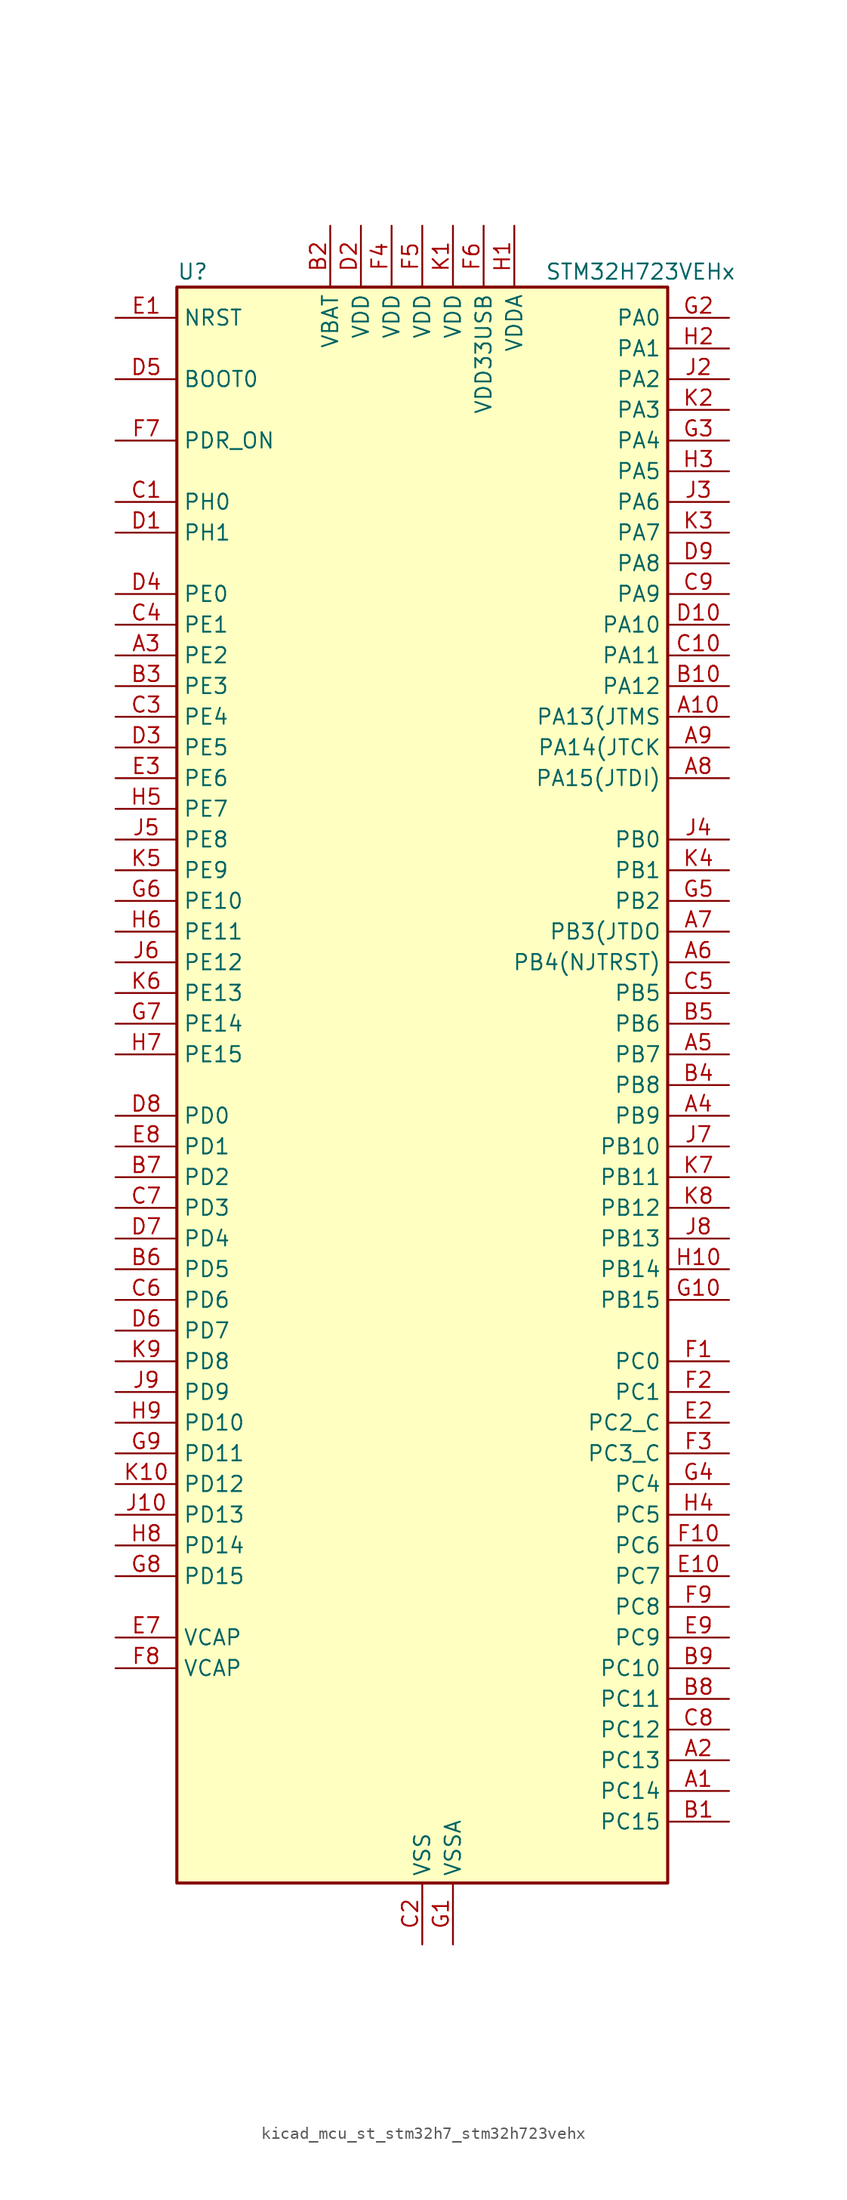
<source format=kicad_sym>
(kicad_symbol_lib
  (version 20220914)
  (generator kicad_symbol_editor)
  (symbol "kicad_mcu_st_stm32h7_stm32h723vehx"
    (property "Reference" "U"
      (at -20.32 67.31 0)
      (effects (font (size 1.27 1.27)) (justify left)))
    (property "Value" "STM32H723VEHx"
      (at 10.16 67.31 0)
      (effects (font (size 1.27 1.27)) (justify left)))
    (property "ki_locked" ""
      (at 0 0 0)
      (effects (font (size 1.27 1.27))))
    (symbol "kicad_mcu_st_stm32h7_stm32h723vehx_0_1"
      (rectangle (start -20.32 -66.04) (end 20.32 66.04) (stroke (width 0.254) (type default)) (fill (type background))))
    (symbol "kicad_mcu_st_stm32h7_stm32h723vehx_1_1"
      (pin bidirectional line (at 25.4 -58.42 180) (length 5.08) (name "PC14" (effects (font (size 1.27 1.27)))) (number "A1" (effects (font (size 1.27 1.27)))) (alternate "RCC_OSC32_IN" bidirectional line))
      (pin bidirectional line (at 25.4 30.48 180) (length 5.08) (name "PA13(JTMS" (effects (font (size 1.27 1.27)))) (number "A10" (effects (font (size 1.27 1.27)))) (alternate "DEBUG_JTMS-SWDIO" bidirectional line))
      (pin bidirectional line (at 25.4 -55.88 180) (length 5.08) (name "PC13" (effects (font (size 1.27 1.27)))) (number "A2" (effects (font (size 1.27 1.27)))) (alternate "PWR_WKUP4" bidirectional line) (alternate "RTC_OUT_ALARM" bidirectional line) (alternate "RTC_OUT_CALIB" bidirectional line) (alternate "RTC_TAMP1" bidirectional line) (alternate "RTC_TS" bidirectional line))
      (pin bidirectional line (at -25.4 35.56 0) (length 5.08) (name "PE2" (effects (font (size 1.27 1.27)))) (number "A3" (effects (font (size 1.27 1.27)))) (alternate "DEBUG_TRACECLK" bidirectional line) (alternate "ETH_TXD3" bidirectional line) (alternate "FMC_A23" bidirectional line) (alternate "OCTOSPIM_P1_IO2" bidirectional line) (alternate "SAI1_CK1" bidirectional line) (alternate "SAI1_MCLK_A" bidirectional line) (alternate "SAI4_CK1" bidirectional line) (alternate "SAI4_MCLK_A" bidirectional line) (alternate "SPI4_SCK" bidirectional line) (alternate "USART10_RX" bidirectional line))
      (pin bidirectional line (at 25.4 -2.54 180) (length 5.08) (name "PB9" (effects (font (size 1.27 1.27)))) (number "A4" (effects (font (size 1.27 1.27)))) (alternate "DAC1_EXTI9" bidirectional line) (alternate "DCMI_D7" bidirectional line) (alternate "DFSDM1_DATIN7" bidirectional line) (alternate "FDCAN1_TX" bidirectional line) (alternate "I2C1_SDA" bidirectional line) (alternate "I2C4_SDA" bidirectional line) (alternate "I2C4_SMBA" bidirectional line) (alternate "I2S2_WS" bidirectional line) (alternate "LTDC_B7" bidirectional line) (alternate "PSSI_D7" bidirectional line) (alternate "SDMMC1_CDIR" bidirectional line) (alternate "SDMMC1_D5" bidirectional line) (alternate "SDMMC2_D5" bidirectional line) (alternate "SPI2_NSS" bidirectional line) (alternate "TIM17_CH1" bidirectional line) (alternate "TIM4_CH4" bidirectional line) (alternate "UART4_TX" bidirectional line))
      (pin bidirectional line (at 25.4 2.54 180) (length 5.08) (name "PB7" (effects (font (size 1.27 1.27)))) (number "A5" (effects (font (size 1.27 1.27)))) (alternate "DCMI_VSYNC" bidirectional line) (alternate "DFSDM1_CKIN5" bidirectional line) (alternate "FMC_NL" bidirectional line) (alternate "I2C1_SDA" bidirectional line) (alternate "I2C4_SDA" bidirectional line) (alternate "LPUART1_RX" bidirectional line) (alternate "PSSI_RDY" bidirectional line) (alternate "PWR_PVD_IN" bidirectional line) (alternate "TIM17_CH1N" bidirectional line) (alternate "TIM4_CH2" bidirectional line) (alternate "USART1_RX" bidirectional line))
      (pin bidirectional line (at 25.4 10.16 180) (length 5.08) (name "PB4(NJTRST)" (effects (font (size 1.27 1.27)))) (number "A6" (effects (font (size 1.27 1.27)))) (alternate "DEBUG_JTRST" bidirectional line) (alternate "I2S1_SDI" bidirectional line) (alternate "I2S2_WS" bidirectional line) (alternate "I2S3_SDI" bidirectional line) (alternate "I2S6_SDI" bidirectional line) (alternate "SDMMC2_D3" bidirectional line) (alternate "SPI1_MISO" bidirectional line) (alternate "SPI2_NSS" bidirectional line) (alternate "SPI3_MISO" bidirectional line) (alternate "SPI6_MISO" bidirectional line) (alternate "TIM16_BKIN" bidirectional line) (alternate "TIM3_CH1" bidirectional line) (alternate "UART7_TX" bidirectional line))
      (pin bidirectional line (at 25.4 12.7 180) (length 5.08) (name "PB3(JTDO" (effects (font (size 1.27 1.27)))) (number "A7" (effects (font (size 1.27 1.27)))) (alternate "CRS_SYNC" bidirectional line) (alternate "DEBUG_JTDO-SWO" bidirectional line) (alternate "I2S1_CK" bidirectional line) (alternate "I2S3_CK" bidirectional line) (alternate "I2S6_CK" bidirectional line) (alternate "SDMMC2_D2" bidirectional line) (alternate "SPI1_SCK" bidirectional line) (alternate "SPI3_SCK" bidirectional line) (alternate "SPI6_SCK" bidirectional line) (alternate "TIM24_ETR" bidirectional line) (alternate "TIM2_CH2" bidirectional line) (alternate "UART7_RX" bidirectional line))
      (pin bidirectional line (at 25.4 25.4 180) (length 5.08) (name "PA15(JTDI)" (effects (font (size 1.27 1.27)))) (number "A8" (effects (font (size 1.27 1.27)))) (alternate "ADC1_EXTI15" bidirectional line) (alternate "ADC2_EXTI15" bidirectional line) (alternate "ADC3_EXTI15" bidirectional line) (alternate "CEC" bidirectional line) (alternate "DEBUG_JTDI" bidirectional line) (alternate "I2S1_WS" bidirectional line) (alternate "I2S3_WS" bidirectional line) (alternate "I2S6_WS" bidirectional line) (alternate "LTDC_B6" bidirectional line) (alternate "LTDC_R3" bidirectional line) (alternate "SPI1_NSS" bidirectional line) (alternate "SPI3_NSS" bidirectional line) (alternate "SPI6_NSS" bidirectional line) (alternate "TIM2_CH1" bidirectional line) (alternate "TIM2_ETR" bidirectional line) (alternate "UART4_DE" bidirectional line) (alternate "UART4_RTS" bidirectional line) (alternate "UART7_TX" bidirectional line))
      (pin bidirectional line (at 25.4 27.94 180) (length 5.08) (name "PA14(JTCK" (effects (font (size 1.27 1.27)))) (number "A9" (effects (font (size 1.27 1.27)))) (alternate "DEBUG_JTCK-SWCLK" bidirectional line))
      (pin bidirectional line (at 25.4 -60.96 180) (length 5.08) (name "PC15" (effects (font (size 1.27 1.27)))) (number "B1" (effects (font (size 1.27 1.27)))) (alternate "ADC1_EXTI15" bidirectional line) (alternate "ADC2_EXTI15" bidirectional line) (alternate "ADC3_EXTI15" bidirectional line) (alternate "RCC_OSC32_OUT" bidirectional line))
      (pin bidirectional line (at 25.4 33.02 180) (length 5.08) (name "PA12" (effects (font (size 1.27 1.27)))) (number "B10" (effects (font (size 1.27 1.27)))) (alternate "FDCAN1_TX" bidirectional line) (alternate "I2S2_CK" bidirectional line) (alternate "LPUART1_DE" bidirectional line) (alternate "LPUART1_RTS" bidirectional line) (alternate "LTDC_R5" bidirectional line) (alternate "SAI4_FS_B" bidirectional line) (alternate "SPI2_SCK" bidirectional line) (alternate "TIM1_BKIN2" bidirectional line) (alternate "TIM1_ETR" bidirectional line) (alternate "UART4_TX" bidirectional line) (alternate "USART1_DE" bidirectional line) (alternate "USART1_RTS" bidirectional line) (alternate "USB_OTG_HS_DP" bidirectional line))
      (pin power_in line (at -7.62 71.12 270) (length 5.08) (name "VBAT" (effects (font (size 1.27 1.27)))) (number "B2" (effects (font (size 1.27 1.27)))))
      (pin bidirectional line (at -25.4 33.02 0) (length 5.08) (name "PE3" (effects (font (size 1.27 1.27)))) (number "B3" (effects (font (size 1.27 1.27)))) (alternate "DEBUG_TRACED0" bidirectional line) (alternate "FMC_A19" bidirectional line) (alternate "SAI1_SD_B" bidirectional line) (alternate "SAI4_SD_B" bidirectional line) (alternate "TIM15_BKIN" bidirectional line) (alternate "USART10_TX" bidirectional line))
      (pin bidirectional line (at 25.4 0 180) (length 5.08) (name "PB8" (effects (font (size 1.27 1.27)))) (number "B4" (effects (font (size 1.27 1.27)))) (alternate "DCMI_D6" bidirectional line) (alternate "DFSDM1_CKIN7" bidirectional line) (alternate "ETH_TXD3" bidirectional line) (alternate "FDCAN1_RX" bidirectional line) (alternate "I2C1_SCL" bidirectional line) (alternate "I2C4_SCL" bidirectional line) (alternate "LTDC_B6" bidirectional line) (alternate "PSSI_D6" bidirectional line) (alternate "SDMMC1_CKIN" bidirectional line) (alternate "SDMMC1_D4" bidirectional line) (alternate "SDMMC2_D4" bidirectional line) (alternate "TIM16_CH1" bidirectional line) (alternate "TIM4_CH3" bidirectional line) (alternate "UART4_RX" bidirectional line))
      (pin bidirectional line (at 25.4 5.08 180) (length 5.08) (name "PB6" (effects (font (size 1.27 1.27)))) (number "B5" (effects (font (size 1.27 1.27)))) (alternate "CEC" bidirectional line) (alternate "DCMI_D5" bidirectional line) (alternate "DFSDM1_DATIN5" bidirectional line) (alternate "FDCAN2_TX" bidirectional line) (alternate "FMC_SDNE1" bidirectional line) (alternate "I2C1_SCL" bidirectional line) (alternate "I2C4_SCL" bidirectional line) (alternate "LPUART1_TX" bidirectional line) (alternate "OCTOSPIM_P1_NCS" bidirectional line) (alternate "PSSI_D5" bidirectional line) (alternate "TIM16_CH1N" bidirectional line) (alternate "TIM4_CH1" bidirectional line) (alternate "UART5_TX" bidirectional line) (alternate "USART1_TX" bidirectional line))
      (pin bidirectional line (at -25.4 -15.24 0) (length 5.08) (name "PD5" (effects (font (size 1.27 1.27)))) (number "B6" (effects (font (size 1.27 1.27)))) (alternate "FMC_NWE" bidirectional line) (alternate "OCTOSPIM_P1_IO5" bidirectional line) (alternate "USART2_TX" bidirectional line))
      (pin bidirectional line (at -25.4 -7.62 0) (length 5.08) (name "PD2" (effects (font (size 1.27 1.27)))) (number "B7" (effects (font (size 1.27 1.27)))) (alternate "DCMI_D11" bidirectional line) (alternate "DEBUG_TRACED2" bidirectional line) (alternate "FMC_D7" bidirectional line) (alternate "FMC_DA7" bidirectional line) (alternate "LTDC_B2" bidirectional line) (alternate "LTDC_B7" bidirectional line) (alternate "PSSI_D11" bidirectional line) (alternate "SDMMC1_CMD" bidirectional line) (alternate "TIM15_BKIN" bidirectional line) (alternate "TIM3_ETR" bidirectional line) (alternate "UART5_RX" bidirectional line))
      (pin bidirectional line (at 25.4 -50.8 180) (length 5.08) (name "PC11" (effects (font (size 1.27 1.27)))) (number "B8" (effects (font (size 1.27 1.27)))) (alternate "ADC1_EXTI11" bidirectional line) (alternate "ADC2_EXTI11" bidirectional line) (alternate "ADC3_EXTI11" bidirectional line) (alternate "DCMI_D4" bidirectional line) (alternate "DFSDM1_DATIN5" bidirectional line) (alternate "I2C5_SCL" bidirectional line) (alternate "I2S3_SDI" bidirectional line) (alternate "LTDC_B4" bidirectional line) (alternate "OCTOSPIM_P1_NCS" bidirectional line) (alternate "PSSI_D4" bidirectional line) (alternate "SDMMC1_D3" bidirectional line) (alternate "SPI3_MISO" bidirectional line) (alternate "UART4_RX" bidirectional line) (alternate "USART3_RX" bidirectional line))
      (pin bidirectional line (at 25.4 -48.26 180) (length 5.08) (name "PC10" (effects (font (size 1.27 1.27)))) (number "B9" (effects (font (size 1.27 1.27)))) (alternate "DCMI_D8" bidirectional line) (alternate "DFSDM1_CKIN5" bidirectional line) (alternate "I2C5_SDA" bidirectional line) (alternate "I2S3_CK" bidirectional line) (alternate "LTDC_B1" bidirectional line) (alternate "LTDC_R2" bidirectional line) (alternate "OCTOSPIM_P1_IO1" bidirectional line) (alternate "PSSI_D8" bidirectional line) (alternate "SDMMC1_D2" bidirectional line) (alternate "SPI3_SCK" bidirectional line) (alternate "SWPMI1_RX" bidirectional line) (alternate "UART4_TX" bidirectional line) (alternate "USART3_TX" bidirectional line))
      (pin bidirectional line (at -25.4 48.26 0) (length 5.08) (name "PH0" (effects (font (size 1.27 1.27)))) (number "C1" (effects (font (size 1.27 1.27)))) (alternate "RCC_OSC_IN" bidirectional line))
      (pin bidirectional line (at 25.4 35.56 180) (length 5.08) (name "PA11" (effects (font (size 1.27 1.27)))) (number "C10" (effects (font (size 1.27 1.27)))) (alternate "ADC1_EXTI11" bidirectional line) (alternate "ADC2_EXTI11" bidirectional line) (alternate "ADC3_EXTI11" bidirectional line) (alternate "FDCAN1_RX" bidirectional line) (alternate "I2S2_WS" bidirectional line) (alternate "LPUART1_CTS" bidirectional line) (alternate "LTDC_R4" bidirectional line) (alternate "SPI2_NSS" bidirectional line) (alternate "TIM1_CH4" bidirectional line) (alternate "UART4_RX" bidirectional line) (alternate "USART1_CTS" bidirectional line) (alternate "USART1_NSS" bidirectional line) (alternate "USB_OTG_HS_DM" bidirectional line))
      (pin power_in line (at 0 -71.12 90) (length 5.08) (name "VSS" (effects (font (size 1.27 1.27)))) (number "C2" (effects (font (size 1.27 1.27)))))
      (pin bidirectional line (at -25.4 30.48 0) (length 5.08) (name "PE4" (effects (font (size 1.27 1.27)))) (number "C3" (effects (font (size 1.27 1.27)))) (alternate "DCMI_D4" bidirectional line) (alternate "DEBUG_TRACED1" bidirectional line) (alternate "DFSDM1_DATIN3" bidirectional line) (alternate "FMC_A20" bidirectional line) (alternate "LTDC_B0" bidirectional line) (alternate "PSSI_D4" bidirectional line) (alternate "SAI1_D2" bidirectional line) (alternate "SAI1_FS_A" bidirectional line) (alternate "SAI4_D2" bidirectional line) (alternate "SAI4_FS_A" bidirectional line) (alternate "SPI4_NSS" bidirectional line) (alternate "TIM15_CH1N" bidirectional line))
      (pin bidirectional line (at -25.4 38.1 0) (length 5.08) (name "PE1" (effects (font (size 1.27 1.27)))) (number "C4" (effects (font (size 1.27 1.27)))) (alternate "DCMI_D3" bidirectional line) (alternate "FMC_NBL1" bidirectional line) (alternate "LPTIM1_IN2" bidirectional line) (alternate "LTDC_R6" bidirectional line) (alternate "PSSI_D3" bidirectional line) (alternate "UART8_TX" bidirectional line))
      (pin bidirectional line (at 25.4 7.62 180) (length 5.08) (name "PB5" (effects (font (size 1.27 1.27)))) (number "C5" (effects (font (size 1.27 1.27)))) (alternate "DCMI_D10" bidirectional line) (alternate "ETH_PPS_OUT" bidirectional line) (alternate "FDCAN2_RX" bidirectional line) (alternate "FMC_SDCKE1" bidirectional line) (alternate "I2C1_SMBA" bidirectional line) (alternate "I2C4_SMBA" bidirectional line) (alternate "I2S1_SDO" bidirectional line) (alternate "I2S3_SDO" bidirectional line) (alternate "I2S6_SDO" bidirectional line) (alternate "LTDC_B5" bidirectional line) (alternate "PSSI_D10" bidirectional line) (alternate "SPI1_MOSI" bidirectional line) (alternate "SPI3_MOSI" bidirectional line) (alternate "SPI6_MOSI" bidirectional line) (alternate "TIM17_BKIN" bidirectional line) (alternate "TIM3_CH2" bidirectional line) (alternate "UART5_RX" bidirectional line) (alternate "USB_OTG_HS_ULPI_D7" bidirectional line))
      (pin bidirectional line (at -25.4 -17.78 0) (length 5.08) (name "PD6" (effects (font (size 1.27 1.27)))) (number "C6" (effects (font (size 1.27 1.27)))) (alternate "DCMI_D10" bidirectional line) (alternate "DFSDM1_CKIN4" bidirectional line) (alternate "DFSDM1_DATIN1" bidirectional line) (alternate "FMC_NWAIT" bidirectional line) (alternate "I2S3_SDO" bidirectional line) (alternate "LTDC_B2" bidirectional line) (alternate "OCTOSPIM_P1_IO6" bidirectional line) (alternate "PSSI_D10" bidirectional line) (alternate "SAI1_D1" bidirectional line) (alternate "SAI1_SD_A" bidirectional line) (alternate "SAI4_D1" bidirectional line) (alternate "SAI4_SD_A" bidirectional line) (alternate "SDMMC2_CK" bidirectional line) (alternate "SPI3_MOSI" bidirectional line) (alternate "USART2_RX" bidirectional line))
      (pin bidirectional line (at -25.4 -10.16 0) (length 5.08) (name "PD3" (effects (font (size 1.27 1.27)))) (number "C7" (effects (font (size 1.27 1.27)))) (alternate "DCMI_D5" bidirectional line) (alternate "DFSDM1_CKOUT" bidirectional line) (alternate "FMC_CLK" bidirectional line) (alternate "I2S2_CK" bidirectional line) (alternate "LTDC_G7" bidirectional line) (alternate "PSSI_D5" bidirectional line) (alternate "SPI2_SCK" bidirectional line) (alternate "USART2_CTS" bidirectional line) (alternate "USART2_NSS" bidirectional line))
      (pin bidirectional line (at 25.4 -53.34 180) (length 5.08) (name "PC12" (effects (font (size 1.27 1.27)))) (number "C8" (effects (font (size 1.27 1.27)))) (alternate "DCMI_D9" bidirectional line) (alternate "DEBUG_TRACED3" bidirectional line) (alternate "FMC_D6" bidirectional line) (alternate "FMC_DA6" bidirectional line) (alternate "I2C5_SMBA" bidirectional line) (alternate "I2S3_SDO" bidirectional line) (alternate "I2S6_CK" bidirectional line) (alternate "LTDC_R6" bidirectional line) (alternate "PSSI_D9" bidirectional line) (alternate "SDMMC1_CK" bidirectional line) (alternate "SPI3_MOSI" bidirectional line) (alternate "SPI6_SCK" bidirectional line) (alternate "TIM15_CH1" bidirectional line) (alternate "UART5_TX" bidirectional line) (alternate "USART3_CK" bidirectional line))
      (pin bidirectional line (at 25.4 40.64 180) (length 5.08) (name "PA9" (effects (font (size 1.27 1.27)))) (number "C9" (effects (font (size 1.27 1.27)))) (alternate "DAC1_EXTI9" bidirectional line) (alternate "DCMI_D0" bidirectional line) (alternate "ETH_TX_ER" bidirectional line) (alternate "I2C3_SMBA" bidirectional line) (alternate "I2C5_SMBA" bidirectional line) (alternate "I2S2_CK" bidirectional line) (alternate "LPUART1_TX" bidirectional line) (alternate "LTDC_R5" bidirectional line) (alternate "PSSI_D0" bidirectional line) (alternate "SPI2_SCK" bidirectional line) (alternate "TIM1_CH2" bidirectional line) (alternate "USART1_TX" bidirectional line) (alternate "USB_OTG_HS_VBUS" bidirectional line))
      (pin bidirectional line (at -25.4 45.72 0) (length 5.08) (name "PH1" (effects (font (size 1.27 1.27)))) (number "D1" (effects (font (size 1.27 1.27)))) (alternate "RCC_OSC_OUT" bidirectional line))
      (pin bidirectional line (at 25.4 38.1 180) (length 5.08) (name "PA10" (effects (font (size 1.27 1.27)))) (number "D10" (effects (font (size 1.27 1.27)))) (alternate "DCMI_D1" bidirectional line) (alternate "LPUART1_RX" bidirectional line) (alternate "LTDC_B1" bidirectional line) (alternate "LTDC_B4" bidirectional line) (alternate "MDIOS_MDIO" bidirectional line) (alternate "PSSI_D1" bidirectional line) (alternate "TIM1_CH3" bidirectional line) (alternate "USART1_RX" bidirectional line) (alternate "USB_OTG_HS_ID" bidirectional line))
      (pin power_in line (at -5.08 71.12 270) (length 5.08) (name "VDD" (effects (font (size 1.27 1.27)))) (number "D2" (effects (font (size 1.27 1.27)))))
      (pin bidirectional line (at -25.4 27.94 0) (length 5.08) (name "PE5" (effects (font (size 1.27 1.27)))) (number "D3" (effects (font (size 1.27 1.27)))) (alternate "DCMI_D6" bidirectional line) (alternate "DEBUG_TRACED2" bidirectional line) (alternate "DFSDM1_CKIN3" bidirectional line) (alternate "FMC_A21" bidirectional line) (alternate "LTDC_G0" bidirectional line) (alternate "PSSI_D6" bidirectional line) (alternate "SAI1_CK2" bidirectional line) (alternate "SAI1_SCK_A" bidirectional line) (alternate "SAI4_CK2" bidirectional line) (alternate "SAI4_SCK_A" bidirectional line) (alternate "SPI4_MISO" bidirectional line) (alternate "TIM15_CH1" bidirectional line))
      (pin bidirectional line (at -25.4 40.64 0) (length 5.08) (name "PE0" (effects (font (size 1.27 1.27)))) (number "D4" (effects (font (size 1.27 1.27)))) (alternate "DCMI_D2" bidirectional line) (alternate "FMC_NBL0" bidirectional line) (alternate "LPTIM1_ETR" bidirectional line) (alternate "LPTIM2_ETR" bidirectional line) (alternate "LTDC_R0" bidirectional line) (alternate "PSSI_D2" bidirectional line) (alternate "SAI4_MCLK_A" bidirectional line) (alternate "TIM4_ETR" bidirectional line) (alternate "UART8_RX" bidirectional line))
      (pin input line (at -25.4 58.42 0) (length 5.08) (name "BOOT0" (effects (font (size 1.27 1.27)))) (number "D5" (effects (font (size 1.27 1.27)))))
      (pin bidirectional line (at -25.4 -20.32 0) (length 5.08) (name "PD7" (effects (font (size 1.27 1.27)))) (number "D6" (effects (font (size 1.27 1.27)))) (alternate "DFSDM1_CKIN1" bidirectional line) (alternate "DFSDM1_DATIN4" bidirectional line) (alternate "FMC_NE1" bidirectional line) (alternate "I2S1_SDO" bidirectional line) (alternate "OCTOSPIM_P1_IO7" bidirectional line) (alternate "SDMMC2_CMD" bidirectional line) (alternate "SPDIFRX1_IN0" bidirectional line) (alternate "SPI1_MOSI" bidirectional line) (alternate "USART2_CK" bidirectional line))
      (pin bidirectional line (at -25.4 -12.7 0) (length 5.08) (name "PD4" (effects (font (size 1.27 1.27)))) (number "D7" (effects (font (size 1.27 1.27)))) (alternate "FMC_NOE" bidirectional line) (alternate "OCTOSPIM_P1_IO4" bidirectional line) (alternate "USART2_DE" bidirectional line) (alternate "USART2_RTS" bidirectional line))
      (pin bidirectional line (at -25.4 -2.54 0) (length 5.08) (name "PD0" (effects (font (size 1.27 1.27)))) (number "D8" (effects (font (size 1.27 1.27)))) (alternate "DFSDM1_CKIN6" bidirectional line) (alternate "FDCAN1_RX" bidirectional line) (alternate "FMC_D2" bidirectional line) (alternate "FMC_DA2" bidirectional line) (alternate "LTDC_B1" bidirectional line) (alternate "UART4_RX" bidirectional line) (alternate "UART9_CTS" bidirectional line))
      (pin bidirectional line (at 25.4 43.18 180) (length 5.08) (name "PA8" (effects (font (size 1.27 1.27)))) (number "D9" (effects (font (size 1.27 1.27)))) (alternate "I2C3_SCL" bidirectional line) (alternate "I2C5_SCL" bidirectional line) (alternate "LTDC_B3" bidirectional line) (alternate "LTDC_R6" bidirectional line) (alternate "RCC_MCO_1" bidirectional line) (alternate "TIM1_CH1" bidirectional line) (alternate "TIM8_BKIN2" bidirectional line) (alternate "TIM8_BKIN2_COMP1" bidirectional line) (alternate "TIM8_BKIN2_COMP2" bidirectional line) (alternate "UART7_RX" bidirectional line) (alternate "USART1_CK" bidirectional line) (alternate "USB_OTG_HS_SOF" bidirectional line))
      (pin input line (at -25.4 63.5 0) (length 5.08) (name "NRST" (effects (font (size 1.27 1.27)))) (number "E1" (effects (font (size 1.27 1.27)))))
      (pin bidirectional line (at 25.4 -40.64 180) (length 5.08) (name "PC7" (effects (font (size 1.27 1.27)))) (number "E10" (effects (font (size 1.27 1.27)))) (alternate "DCMI_D1" bidirectional line) (alternate "DEBUG_TRGIO" bidirectional line) (alternate "DFSDM1_DATIN3" bidirectional line) (alternate "FMC_NE1" bidirectional line) (alternate "I2S3_MCK" bidirectional line) (alternate "LTDC_G6" bidirectional line) (alternate "PSSI_D1" bidirectional line) (alternate "SDMMC1_D123DIR" bidirectional line) (alternate "SDMMC1_D7" bidirectional line) (alternate "SDMMC2_D7" bidirectional line) (alternate "SWPMI1_TX" bidirectional line) (alternate "TIM3_CH2" bidirectional line) (alternate "TIM8_CH2" bidirectional line) (alternate "USART6_RX" bidirectional line))
      (pin bidirectional line (at 25.4 -27.94 180) (length 5.08) (name "PC2_C" (effects (font (size 1.27 1.27)))) (number "E2" (effects (font (size 1.27 1.27)))) (alternate "ADC3_INN1" bidirectional line) (alternate "ADC3_INP0" bidirectional line) (alternate "DFSDM1_CKIN1" bidirectional line) (alternate "DFSDM1_CKOUT" bidirectional line) (alternate "ETH_TXD2" bidirectional line) (alternate "FMC_SDNE0" bidirectional line) (alternate "I2S2_SDI" bidirectional line) (alternate "OCTOSPIM_P1_IO2" bidirectional line) (alternate "OCTOSPIM_P1_IO5" bidirectional line) (alternate "PWR_CSTOP" bidirectional line) (alternate "SPI2_MISO" bidirectional line) (alternate "USB_OTG_HS_ULPI_DIR" bidirectional line))
      (pin bidirectional line (at -25.4 25.4 0) (length 5.08) (name "PE6" (effects (font (size 1.27 1.27)))) (number "E3" (effects (font (size 1.27 1.27)))) (alternate "DCMI_D7" bidirectional line) (alternate "DEBUG_TRACED3" bidirectional line) (alternate "FMC_A22" bidirectional line) (alternate "LTDC_G1" bidirectional line) (alternate "PSSI_D7" bidirectional line) (alternate "SAI1_D1" bidirectional line) (alternate "SAI1_SD_A" bidirectional line) (alternate "SAI4_D1" bidirectional line) (alternate "SAI4_MCLK_B" bidirectional line) (alternate "SAI4_SD_A" bidirectional line) (alternate "SPI4_MOSI" bidirectional line) (alternate "TIM15_CH2" bidirectional line) (alternate "TIM1_BKIN2" bidirectional line) (alternate "TIM1_BKIN2_COMP1" bidirectional line) (alternate "TIM1_BKIN2_COMP2" bidirectional line))
      (pin passive line (at 0 -71.12 90) (length 5.08) hide (name "VSS" (effects (font (size 1.27 1.27)))) (number "E4" (effects (font (size 1.27 1.27)))))
      (pin passive line (at 0 -71.12 90) (length 5.08) hide (name "VSS" (effects (font (size 1.27 1.27)))) (number "E5" (effects (font (size 1.27 1.27)))))
      (pin passive line (at 0 -71.12 90) (length 5.08) hide (name "VSS" (effects (font (size 1.27 1.27)))) (number "E6" (effects (font (size 1.27 1.27)))))
      (pin power_out line (at -25.4 -45.72 0) (length 5.08) (name "VCAP" (effects (font (size 1.27 1.27)))) (number "E7" (effects (font (size 1.27 1.27)))))
      (pin bidirectional line (at -25.4 -5.08 0) (length 5.08) (name "PD1" (effects (font (size 1.27 1.27)))) (number "E8" (effects (font (size 1.27 1.27)))) (alternate "DFSDM1_DATIN6" bidirectional line) (alternate "FDCAN1_TX" bidirectional line) (alternate "FMC_D3" bidirectional line) (alternate "FMC_DA3" bidirectional line) (alternate "UART4_TX" bidirectional line))
      (pin bidirectional line (at 25.4 -45.72 180) (length 5.08) (name "PC9" (effects (font (size 1.27 1.27)))) (number "E9" (effects (font (size 1.27 1.27)))) (alternate "DAC1_EXTI9" bidirectional line) (alternate "DCMI_D3" bidirectional line) (alternate "I2C3_SDA" bidirectional line) (alternate "I2C5_SDA" bidirectional line) (alternate "I2S_CKIN" bidirectional line) (alternate "LTDC_B2" bidirectional line) (alternate "LTDC_G3" bidirectional line) (alternate "OCTOSPIM_P1_IO0" bidirectional line) (alternate "PSSI_D3" bidirectional line) (alternate "RCC_MCO_2" bidirectional line) (alternate "SDMMC1_D1" bidirectional line) (alternate "SWPMI1_SUSPEND" bidirectional line) (alternate "TIM3_CH4" bidirectional line) (alternate "TIM8_CH4" bidirectional line) (alternate "UART5_CTS" bidirectional line))
      (pin bidirectional line (at 25.4 -22.86 180) (length 5.08) (name "PC0" (effects (font (size 1.27 1.27)))) (number "F1" (effects (font (size 1.27 1.27)))) (alternate "ADC1_INP10" bidirectional line) (alternate "ADC2_INP10" bidirectional line) (alternate "ADC3_INP10" bidirectional line) (alternate "DFSDM1_CKIN0" bidirectional line) (alternate "DFSDM1_DATIN4" bidirectional line) (alternate "FMC_A25" bidirectional line) (alternate "FMC_D12" bidirectional line) (alternate "FMC_DA12" bidirectional line) (alternate "FMC_SDNWE" bidirectional line) (alternate "LTDC_G2" bidirectional line) (alternate "LTDC_R5" bidirectional line) (alternate "SAI4_FS_B" bidirectional line) (alternate "USB_OTG_HS_ULPI_STP" bidirectional line))
      (pin bidirectional line (at 25.4 -38.1 180) (length 5.08) (name "PC6" (effects (font (size 1.27 1.27)))) (number "F10" (effects (font (size 1.27 1.27)))) (alternate "DCMI_D0" bidirectional line) (alternate "DFSDM1_CKIN3" bidirectional line) (alternate "FMC_NWAIT" bidirectional line) (alternate "I2S2_MCK" bidirectional line) (alternate "LTDC_HSYNC" bidirectional line) (alternate "PSSI_D0" bidirectional line) (alternate "SDMMC1_D0DIR" bidirectional line) (alternate "SDMMC1_D6" bidirectional line) (alternate "SDMMC2_D6" bidirectional line) (alternate "SWPMI1_IO" bidirectional line) (alternate "TIM3_CH1" bidirectional line) (alternate "TIM8_CH1" bidirectional line) (alternate "USART6_TX" bidirectional line))
      (pin bidirectional line (at 25.4 -25.4 180) (length 5.08) (name "PC1" (effects (font (size 1.27 1.27)))) (number "F2" (effects (font (size 1.27 1.27)))) (alternate "ADC1_INN10" bidirectional line) (alternate "ADC1_INP11" bidirectional line) (alternate "ADC2_INN10" bidirectional line) (alternate "ADC2_INP11" bidirectional line) (alternate "ADC3_INN10" bidirectional line) (alternate "ADC3_INP11" bidirectional line) (alternate "DEBUG_TRACED0" bidirectional line) (alternate "DFSDM1_CKIN4" bidirectional line) (alternate "DFSDM1_DATIN0" bidirectional line) (alternate "ETH_MDC" bidirectional line) (alternate "I2S2_SDO" bidirectional line) (alternate "LTDC_G5" bidirectional line) (alternate "MDIOS_MDC" bidirectional line) (alternate "OCTOSPIM_P1_IO4" bidirectional line) (alternate "PWR_WKUP6" bidirectional line) (alternate "RTC_TAMP3" bidirectional line) (alternate "SAI1_D1" bidirectional line) (alternate "SAI1_SD_A" bidirectional line) (alternate "SAI4_D1" bidirectional line) (alternate "SAI4_SD_A" bidirectional line) (alternate "SDMMC2_CK" bidirectional line) (alternate "SPI2_MOSI" bidirectional line))
      (pin bidirectional line (at 25.4 -30.48 180) (length 5.08) (name "PC3_C" (effects (font (size 1.27 1.27)))) (number "F3" (effects (font (size 1.27 1.27)))) (alternate "ADC3_INP1" bidirectional line) (alternate "DFSDM1_DATIN1" bidirectional line) (alternate "ETH_TX_CLK" bidirectional line) (alternate "FMC_SDCKE0" bidirectional line) (alternate "I2S2_SDO" bidirectional line) (alternate "OCTOSPIM_P1_IO0" bidirectional line) (alternate "OCTOSPIM_P1_IO6" bidirectional line) (alternate "PWR_CSLEEP" bidirectional line) (alternate "SPI2_MOSI" bidirectional line) (alternate "USB_OTG_HS_ULPI_NXT" bidirectional line))
      (pin power_in line (at -2.54 71.12 270) (length 5.08) (name "VDD" (effects (font (size 1.27 1.27)))) (number "F4" (effects (font (size 1.27 1.27)))))
      (pin power_in line (at 0 71.12 270) (length 5.08) (name "VDD" (effects (font (size 1.27 1.27)))) (number "F5" (effects (font (size 1.27 1.27)))))
      (pin power_in line (at 5.08 71.12 270) (length 5.08) (name "VDD33USB" (effects (font (size 1.27 1.27)))) (number "F6" (effects (font (size 1.27 1.27)))))
      (pin input line (at -25.4 53.34 0) (length 5.08) (name "PDR_ON" (effects (font (size 1.27 1.27)))) (number "F7" (effects (font (size 1.27 1.27)))))
      (pin power_out line (at -25.4 -48.26 0) (length 5.08) (name "VCAP" (effects (font (size 1.27 1.27)))) (number "F8" (effects (font (size 1.27 1.27)))))
      (pin bidirectional line (at 25.4 -43.18 180) (length 5.08) (name "PC8" (effects (font (size 1.27 1.27)))) (number "F9" (effects (font (size 1.27 1.27)))) (alternate "DCMI_D2" bidirectional line) (alternate "DEBUG_TRACED1" bidirectional line) (alternate "FMC_INT" bidirectional line) (alternate "FMC_NCE" bidirectional line) (alternate "FMC_NE2" bidirectional line) (alternate "PSSI_D2" bidirectional line) (alternate "SDMMC1_D0" bidirectional line) (alternate "SWPMI1_RX" bidirectional line) (alternate "TIM3_CH3" bidirectional line) (alternate "TIM8_CH3" bidirectional line) (alternate "UART5_DE" bidirectional line) (alternate "UART5_RTS" bidirectional line) (alternate "USART6_CK" bidirectional line))
      (pin power_in line (at 2.54 -71.12 90) (length 5.08) (name "VSSA" (effects (font (size 1.27 1.27)))) (number "G1" (effects (font (size 1.27 1.27)))))
      (pin bidirectional line (at 25.4 -17.78 180) (length 5.08) (name "PB15" (effects (font (size 1.27 1.27)))) (number "G10" (effects (font (size 1.27 1.27)))) (alternate "ADC1_EXTI15" bidirectional line) (alternate "ADC2_EXTI15" bidirectional line) (alternate "ADC3_EXTI15" bidirectional line) (alternate "DFSDM1_CKIN2" bidirectional line) (alternate "FMC_D11" bidirectional line) (alternate "FMC_DA11" bidirectional line) (alternate "I2S2_SDO" bidirectional line) (alternate "LTDC_G7" bidirectional line) (alternate "RTC_REFIN" bidirectional line) (alternate "SDMMC2_D1" bidirectional line) (alternate "SPI2_MOSI" bidirectional line) (alternate "TIM12_CH2" bidirectional line) (alternate "TIM1_CH3N" bidirectional line) (alternate "TIM8_CH3N" bidirectional line) (alternate "UART4_CTS" bidirectional line) (alternate "USART1_RX" bidirectional line))
      (pin bidirectional line (at 25.4 63.5 180) (length 5.08) (name "PA0" (effects (font (size 1.27 1.27)))) (number "G2" (effects (font (size 1.27 1.27)))) (alternate "ADC1_INP16" bidirectional line) (alternate "ETH_CRS" bidirectional line) (alternate "FMC_A19" bidirectional line) (alternate "I2S6_WS" bidirectional line) (alternate "PWR_WKUP1" bidirectional line) (alternate "SAI4_SD_B" bidirectional line) (alternate "SDMMC2_CMD" bidirectional line) (alternate "SPI6_NSS" bidirectional line) (alternate "TIM15_BKIN" bidirectional line) (alternate "TIM2_CH1" bidirectional line) (alternate "TIM2_ETR" bidirectional line) (alternate "TIM5_CH1" bidirectional line) (alternate "TIM8_ETR" bidirectional line) (alternate "UART4_TX" bidirectional line) (alternate "USART2_CTS" bidirectional line) (alternate "USART2_NSS" bidirectional line))
      (pin bidirectional line (at 25.4 53.34 180) (length 5.08) (name "PA4" (effects (font (size 1.27 1.27)))) (number "G3" (effects (font (size 1.27 1.27)))) (alternate "ADC1_INP18" bidirectional line) (alternate "ADC2_INP18" bidirectional line) (alternate "DAC1_OUT1" bidirectional line) (alternate "DCMI_HSYNC" bidirectional line) (alternate "FMC_D8" bidirectional line) (alternate "FMC_DA8" bidirectional line) (alternate "I2S1_WS" bidirectional line) (alternate "I2S3_WS" bidirectional line) (alternate "I2S6_WS" bidirectional line) (alternate "LTDC_VSYNC" bidirectional line) (alternate "PSSI_DE" bidirectional line) (alternate "SPI1_NSS" bidirectional line) (alternate "SPI3_NSS" bidirectional line) (alternate "SPI6_NSS" bidirectional line) (alternate "TIM5_ETR" bidirectional line) (alternate "USART2_CK" bidirectional line))
      (pin bidirectional line (at 25.4 -33.02 180) (length 5.08) (name "PC4" (effects (font (size 1.27 1.27)))) (number "G4" (effects (font (size 1.27 1.27)))) (alternate "ADC1_INP4" bidirectional line) (alternate "ADC2_INP4" bidirectional line) (alternate "COMP1_INM" bidirectional line) (alternate "DFSDM1_CKIN2" bidirectional line) (alternate "ETH_RXD0" bidirectional line) (alternate "FMC_A22" bidirectional line) (alternate "FMC_SDNE0" bidirectional line) (alternate "I2S1_MCK" bidirectional line) (alternate "LTDC_R7" bidirectional line) (alternate "OPAMP1_VOUT" bidirectional line) (alternate "SDMMC2_CKIN" bidirectional line) (alternate "SPDIFRX1_IN2" bidirectional line))
      (pin bidirectional line (at 25.4 15.24 180) (length 5.08) (name "PB2" (effects (font (size 1.27 1.27)))) (number "G5" (effects (font (size 1.27 1.27)))) (alternate "COMP1_INP" bidirectional line) (alternate "DFSDM1_CKIN1" bidirectional line) (alternate "ETH_TX_ER" bidirectional line) (alternate "I2S3_SDO" bidirectional line) (alternate "OCTOSPIM_P1_CLK" bidirectional line) (alternate "OCTOSPIM_P1_DQS" bidirectional line) (alternate "RTC_OUT_ALARM" bidirectional line) (alternate "RTC_OUT_CALIB" bidirectional line) (alternate "SAI1_D1" bidirectional line) (alternate "SAI1_SD_A" bidirectional line) (alternate "SAI4_D1" bidirectional line) (alternate "SAI4_SD_A" bidirectional line) (alternate "SPI3_MOSI" bidirectional line) (alternate "TIM23_ETR" bidirectional line))
      (pin bidirectional line (at -25.4 15.24 0) (length 5.08) (name "PE10" (effects (font (size 1.27 1.27)))) (number "G6" (effects (font (size 1.27 1.27)))) (alternate "COMP2_INM" bidirectional line) (alternate "DFSDM1_DATIN4" bidirectional line) (alternate "FMC_D7" bidirectional line) (alternate "FMC_DA7" bidirectional line) (alternate "OCTOSPIM_P1_IO7" bidirectional line) (alternate "TIM1_CH2N" bidirectional line) (alternate "UART7_CTS" bidirectional line))
      (pin bidirectional line (at -25.4 5.08 0) (length 5.08) (name "PE14" (effects (font (size 1.27 1.27)))) (number "G7" (effects (font (size 1.27 1.27)))) (alternate "FMC_D11" bidirectional line) (alternate "FMC_DA11" bidirectional line) (alternate "LTDC_CLK" bidirectional line) (alternate "SAI4_MCLK_B" bidirectional line) (alternate "SPI4_MOSI" bidirectional line) (alternate "TIM1_CH4" bidirectional line))
      (pin bidirectional line (at -25.4 -40.64 0) (length 5.08) (name "PD15" (effects (font (size 1.27 1.27)))) (number "G8" (effects (font (size 1.27 1.27)))) (alternate "ADC1_EXTI15" bidirectional line) (alternate "ADC2_EXTI15" bidirectional line) (alternate "ADC3_EXTI15" bidirectional line) (alternate "FMC_D1" bidirectional line) (alternate "FMC_DA1" bidirectional line) (alternate "TIM4_CH4" bidirectional line) (alternate "UART8_DE" bidirectional line) (alternate "UART8_RTS" bidirectional line) (alternate "UART9_TX" bidirectional line))
      (pin bidirectional line (at -25.4 -30.48 0) (length 5.08) (name "PD11" (effects (font (size 1.27 1.27)))) (number "G9" (effects (font (size 1.27 1.27)))) (alternate "ADC1_EXTI11" bidirectional line) (alternate "ADC2_EXTI11" bidirectional line) (alternate "ADC3_EXTI11" bidirectional line) (alternate "FMC_A16" bidirectional line) (alternate "FMC_CLE" bidirectional line) (alternate "I2C4_SMBA" bidirectional line) (alternate "LPTIM2_IN2" bidirectional line) (alternate "OCTOSPIM_P1_IO0" bidirectional line) (alternate "SAI4_SD_A" bidirectional line) (alternate "USART3_CTS" bidirectional line) (alternate "USART3_NSS" bidirectional line))
      (pin power_in line (at 7.62 71.12 270) (length 5.08) (name "VDDA" (effects (font (size 1.27 1.27)))) (number "H1" (effects (font (size 1.27 1.27)))))
      (pin bidirectional line (at 25.4 -15.24 180) (length 5.08) (name "PB14" (effects (font (size 1.27 1.27)))) (number "H10" (effects (font (size 1.27 1.27)))) (alternate "DFSDM1_DATIN2" bidirectional line) (alternate "FMC_D10" bidirectional line) (alternate "FMC_DA10" bidirectional line) (alternate "I2S2_SDI" bidirectional line) (alternate "LTDC_CLK" bidirectional line) (alternate "SDMMC2_D0" bidirectional line) (alternate "SPI2_MISO" bidirectional line) (alternate "TIM12_CH1" bidirectional line) (alternate "TIM1_CH2N" bidirectional line) (alternate "TIM8_CH2N" bidirectional line) (alternate "UART4_DE" bidirectional line) (alternate "UART4_RTS" bidirectional line) (alternate "USART1_TX" bidirectional line) (alternate "USART3_DE" bidirectional line) (alternate "USART3_RTS" bidirectional line))
      (pin bidirectional line (at 25.4 60.96 180) (length 5.08) (name "PA1" (effects (font (size 1.27 1.27)))) (number "H2" (effects (font (size 1.27 1.27)))) (alternate "ADC1_INN16" bidirectional line) (alternate "ADC1_INP17" bidirectional line) (alternate "ETH_REF_CLK" bidirectional line) (alternate "ETH_RX_CLK" bidirectional line) (alternate "LPTIM3_OUT" bidirectional line) (alternate "LTDC_R2" bidirectional line) (alternate "OCTOSPIM_P1_DQS" bidirectional line) (alternate "OCTOSPIM_P1_IO3" bidirectional line) (alternate "SAI4_MCLK_B" bidirectional line) (alternate "TIM15_CH1N" bidirectional line) (alternate "TIM2_CH2" bidirectional line) (alternate "TIM5_CH2" bidirectional line) (alternate "UART4_RX" bidirectional line) (alternate "USART2_DE" bidirectional line) (alternate "USART2_RTS" bidirectional line))
      (pin bidirectional line (at 25.4 50.8 180) (length 5.08) (name "PA5" (effects (font (size 1.27 1.27)))) (number "H3" (effects (font (size 1.27 1.27)))) (alternate "ADC1_INN18" bidirectional line) (alternate "ADC1_INP19" bidirectional line) (alternate "ADC2_INN18" bidirectional line) (alternate "ADC2_INP19" bidirectional line) (alternate "DAC1_OUT2" bidirectional line) (alternate "FMC_D9" bidirectional line) (alternate "FMC_DA9" bidirectional line) (alternate "I2S1_CK" bidirectional line) (alternate "I2S6_CK" bidirectional line) (alternate "LTDC_R4" bidirectional line) (alternate "PSSI_D14" bidirectional line) (alternate "PWR_NDSTOP2" bidirectional line) (alternate "SPI1_SCK" bidirectional line) (alternate "SPI6_SCK" bidirectional line) (alternate "TIM2_CH1" bidirectional line) (alternate "TIM2_ETR" bidirectional line) (alternate "TIM8_CH1N" bidirectional line) (alternate "USB_OTG_HS_ULPI_CK" bidirectional line))
      (pin bidirectional line (at 25.4 -35.56 180) (length 5.08) (name "PC5" (effects (font (size 1.27 1.27)))) (number "H4" (effects (font (size 1.27 1.27)))) (alternate "ADC1_INN4" bidirectional line) (alternate "ADC1_INP8" bidirectional line) (alternate "ADC2_INN4" bidirectional line) (alternate "ADC2_INP8" bidirectional line) (alternate "COMP1_OUT" bidirectional line) (alternate "DFSDM1_DATIN2" bidirectional line) (alternate "ETH_RXD1" bidirectional line) (alternate "FMC_SDCKE0" bidirectional line) (alternate "LTDC_DE" bidirectional line) (alternate "OCTOSPIM_P1_DQS" bidirectional line) (alternate "OPAMP1_VINM" bidirectional line) (alternate "PSSI_D15" bidirectional line) (alternate "SAI1_D3" bidirectional line) (alternate "SAI4_D3" bidirectional line) (alternate "SPDIFRX1_IN3" bidirectional line))
      (pin bidirectional line (at -25.4 22.86 0) (length 5.08) (name "PE7" (effects (font (size 1.27 1.27)))) (number "H5" (effects (font (size 1.27 1.27)))) (alternate "COMP2_INM" bidirectional line) (alternate "DFSDM1_DATIN2" bidirectional line) (alternate "FMC_D4" bidirectional line) (alternate "FMC_DA4" bidirectional line) (alternate "OCTOSPIM_P1_IO4" bidirectional line) (alternate "OPAMP2_VOUT" bidirectional line) (alternate "TIM1_ETR" bidirectional line) (alternate "UART7_RX" bidirectional line))
      (pin bidirectional line (at -25.4 12.7 0) (length 5.08) (name "PE11" (effects (font (size 1.27 1.27)))) (number "H6" (effects (font (size 1.27 1.27)))) (alternate "ADC1_EXTI11" bidirectional line) (alternate "ADC2_EXTI11" bidirectional line) (alternate "ADC3_EXTI11" bidirectional line) (alternate "COMP2_INP" bidirectional line) (alternate "DFSDM1_CKIN4" bidirectional line) (alternate "FMC_D8" bidirectional line) (alternate "FMC_DA8" bidirectional line) (alternate "LTDC_G3" bidirectional line) (alternate "OCTOSPIM_P1_NCS" bidirectional line) (alternate "SAI4_SD_B" bidirectional line) (alternate "SPI4_NSS" bidirectional line) (alternate "TIM1_CH2" bidirectional line))
      (pin bidirectional line (at -25.4 2.54 0) (length 5.08) (name "PE15" (effects (font (size 1.27 1.27)))) (number "H7" (effects (font (size 1.27 1.27)))) (alternate "ADC1_EXTI15" bidirectional line) (alternate "ADC2_EXTI15" bidirectional line) (alternate "ADC3_EXTI15" bidirectional line) (alternate "FMC_D12" bidirectional line) (alternate "FMC_DA12" bidirectional line) (alternate "LTDC_R7" bidirectional line) (alternate "TIM1_BKIN" bidirectional line) (alternate "TIM1_BKIN_COMP1" bidirectional line) (alternate "TIM1_BKIN_COMP2" bidirectional line) (alternate "USART10_CK" bidirectional line))
      (pin bidirectional line (at -25.4 -38.1 0) (length 5.08) (name "PD14" (effects (font (size 1.27 1.27)))) (number "H8" (effects (font (size 1.27 1.27)))) (alternate "FMC_D0" bidirectional line) (alternate "FMC_DA0" bidirectional line) (alternate "TIM4_CH3" bidirectional line) (alternate "UART8_CTS" bidirectional line) (alternate "UART9_RX" bidirectional line))
      (pin bidirectional line (at -25.4 -27.94 0) (length 5.08) (name "PD10" (effects (font (size 1.27 1.27)))) (number "H9" (effects (font (size 1.27 1.27)))) (alternate "DFSDM1_CKOUT" bidirectional line) (alternate "FMC_D15" bidirectional line) (alternate "FMC_DA15" bidirectional line) (alternate "LTDC_B3" bidirectional line) (alternate "USART3_CK" bidirectional line))
      (pin passive line (at 0 -71.12 90) (length 5.08) hide (name "VSS" (effects (font (size 1.27 1.27)))) (number "J1" (effects (font (size 1.27 1.27)))))
      (pin bidirectional line (at -25.4 -35.56 0) (length 5.08) (name "PD13" (effects (font (size 1.27 1.27)))) (number "J10" (effects (font (size 1.27 1.27)))) (alternate "DCMI_D13" bidirectional line) (alternate "FDCAN3_TX" bidirectional line) (alternate "FMC_A18" bidirectional line) (alternate "I2C4_SDA" bidirectional line) (alternate "LPTIM1_OUT" bidirectional line) (alternate "OCTOSPIM_P1_IO3" bidirectional line) (alternate "PSSI_D13" bidirectional line) (alternate "SAI4_SCK_A" bidirectional line) (alternate "TIM4_CH2" bidirectional line) (alternate "UART9_DE" bidirectional line) (alternate "UART9_RTS" bidirectional line))
      (pin bidirectional line (at 25.4 58.42 180) (length 5.08) (name "PA2" (effects (font (size 1.27 1.27)))) (number "J2" (effects (font (size 1.27 1.27)))) (alternate "ADC1_INP14" bidirectional line) (alternate "ADC2_INP14" bidirectional line) (alternate "ETH_MDIO" bidirectional line) (alternate "LPTIM4_OUT" bidirectional line) (alternate "LTDC_R1" bidirectional line) (alternate "MDIOS_MDIO" bidirectional line) (alternate "OCTOSPIM_P1_IO0" bidirectional line) (alternate "PWR_WKUP2" bidirectional line) (alternate "SAI4_SCK_B" bidirectional line) (alternate "TIM15_CH1" bidirectional line) (alternate "TIM2_CH3" bidirectional line) (alternate "TIM5_CH3" bidirectional line) (alternate "USART2_TX" bidirectional line))
      (pin bidirectional line (at 25.4 48.26 180) (length 5.08) (name "PA6" (effects (font (size 1.27 1.27)))) (number "J3" (effects (font (size 1.27 1.27)))) (alternate "ADC1_INP3" bidirectional line) (alternate "ADC2_INP3" bidirectional line) (alternate "DCMI_PIXCLK" bidirectional line) (alternate "I2S1_SDI" bidirectional line) (alternate "I2S6_SDI" bidirectional line) (alternate "LTDC_G2" bidirectional line) (alternate "MDIOS_MDC" bidirectional line) (alternate "OCTOSPIM_P1_IO3" bidirectional line) (alternate "PSSI_PDCK" bidirectional line) (alternate "SPI1_MISO" bidirectional line) (alternate "SPI6_MISO" bidirectional line) (alternate "TIM13_CH1" bidirectional line) (alternate "TIM1_BKIN" bidirectional line) (alternate "TIM1_BKIN_COMP1" bidirectional line) (alternate "TIM1_BKIN_COMP2" bidirectional line) (alternate "TIM3_CH1" bidirectional line) (alternate "TIM8_BKIN" bidirectional line) (alternate "TIM8_BKIN_COMP1" bidirectional line) (alternate "TIM8_BKIN_COMP2" bidirectional line))
      (pin bidirectional line (at 25.4 20.32 180) (length 5.08) (name "PB0" (effects (font (size 1.27 1.27)))) (number "J4" (effects (font (size 1.27 1.27)))) (alternate "ADC1_INN5" bidirectional line) (alternate "ADC1_INP9" bidirectional line) (alternate "ADC2_INN5" bidirectional line) (alternate "ADC2_INP9" bidirectional line) (alternate "COMP1_INP" bidirectional line) (alternate "DFSDM1_CKOUT" bidirectional line) (alternate "ETH_RXD2" bidirectional line) (alternate "LTDC_G1" bidirectional line) (alternate "LTDC_R3" bidirectional line) (alternate "OCTOSPIM_P1_IO1" bidirectional line) (alternate "OPAMP1_VINP" bidirectional line) (alternate "TIM1_CH2N" bidirectional line) (alternate "TIM3_CH3" bidirectional line) (alternate "TIM8_CH2N" bidirectional line) (alternate "UART4_CTS" bidirectional line) (alternate "USB_OTG_HS_ULPI_D1" bidirectional line))
      (pin bidirectional line (at -25.4 20.32 0) (length 5.08) (name "PE8" (effects (font (size 1.27 1.27)))) (number "J5" (effects (font (size 1.27 1.27)))) (alternate "COMP2_OUT" bidirectional line) (alternate "DFSDM1_CKIN2" bidirectional line) (alternate "FMC_D5" bidirectional line) (alternate "FMC_DA5" bidirectional line) (alternate "OCTOSPIM_P1_IO5" bidirectional line) (alternate "OPAMP2_VINM" bidirectional line) (alternate "TIM1_CH1N" bidirectional line) (alternate "UART7_TX" bidirectional line))
      (pin bidirectional line (at -25.4 10.16 0) (length 5.08) (name "PE12" (effects (font (size 1.27 1.27)))) (number "J6" (effects (font (size 1.27 1.27)))) (alternate "COMP1_OUT" bidirectional line) (alternate "DFSDM1_DATIN5" bidirectional line) (alternate "FMC_D9" bidirectional line) (alternate "FMC_DA9" bidirectional line) (alternate "LTDC_B4" bidirectional line) (alternate "SAI4_SCK_B" bidirectional line) (alternate "SPI4_SCK" bidirectional line) (alternate "TIM1_CH3N" bidirectional line))
      (pin bidirectional line (at 25.4 -5.08 180) (length 5.08) (name "PB10" (effects (font (size 1.27 1.27)))) (number "J7" (effects (font (size 1.27 1.27)))) (alternate "DFSDM1_DATIN7" bidirectional line) (alternate "ETH_RX_ER" bidirectional line) (alternate "I2C2_SCL" bidirectional line) (alternate "I2S2_CK" bidirectional line) (alternate "LPTIM2_IN1" bidirectional line) (alternate "LTDC_G4" bidirectional line) (alternate "OCTOSPIM_P1_NCS" bidirectional line) (alternate "SPI2_SCK" bidirectional line) (alternate "TIM2_CH3" bidirectional line) (alternate "USART3_TX" bidirectional line) (alternate "USB_OTG_HS_ULPI_D3" bidirectional line))
      (pin bidirectional line (at 25.4 -12.7 180) (length 5.08) (name "PB13" (effects (font (size 1.27 1.27)))) (number "J8" (effects (font (size 1.27 1.27)))) (alternate "DCMI_D2" bidirectional line) (alternate "DFSDM1_CKIN1" bidirectional line) (alternate "ETH_TXD1" bidirectional line) (alternate "FDCAN2_TX" bidirectional line) (alternate "I2S2_CK" bidirectional line) (alternate "LPTIM2_OUT" bidirectional line) (alternate "OCTOSPIM_P1_IO2" bidirectional line) (alternate "PSSI_D2" bidirectional line) (alternate "SDMMC1_D0" bidirectional line) (alternate "SPI2_SCK" bidirectional line) (alternate "TIM1_CH1N" bidirectional line) (alternate "UART5_TX" bidirectional line) (alternate "USART3_CTS" bidirectional line) (alternate "USART3_NSS" bidirectional line) (alternate "USB_OTG_HS_ULPI_D6" bidirectional line))
      (pin bidirectional line (at -25.4 -25.4 0) (length 5.08) (name "PD9" (effects (font (size 1.27 1.27)))) (number "J9" (effects (font (size 1.27 1.27)))) (alternate "DAC1_EXTI9" bidirectional line) (alternate "DFSDM1_DATIN3" bidirectional line) (alternate "FMC_D14" bidirectional line) (alternate "FMC_DA14" bidirectional line) (alternate "USART3_RX" bidirectional line))
      (pin power_in line (at 2.54 71.12 270) (length 5.08) (name "VDD" (effects (font (size 1.27 1.27)))) (number "K1" (effects (font (size 1.27 1.27)))))
      (pin bidirectional line (at -25.4 -33.02 0) (length 5.08) (name "PD12" (effects (font (size 1.27 1.27)))) (number "K10" (effects (font (size 1.27 1.27)))) (alternate "DCMI_D12" bidirectional line) (alternate "FDCAN3_RX" bidirectional line) (alternate "FMC_A17" bidirectional line) (alternate "FMC_ALE" bidirectional line) (alternate "I2C4_SCL" bidirectional line) (alternate "LPTIM1_IN1" bidirectional line) (alternate "LPTIM2_IN1" bidirectional line) (alternate "OCTOSPIM_P1_IO1" bidirectional line) (alternate "PSSI_D12" bidirectional line) (alternate "SAI4_FS_A" bidirectional line) (alternate "TIM4_CH1" bidirectional line) (alternate "USART3_DE" bidirectional line) (alternate "USART3_RTS" bidirectional line))
      (pin bidirectional line (at 25.4 55.88 180) (length 5.08) (name "PA3" (effects (font (size 1.27 1.27)))) (number "K2" (effects (font (size 1.27 1.27)))) (alternate "ADC1_INP15" bidirectional line) (alternate "ADC2_INP15" bidirectional line) (alternate "ETH_COL" bidirectional line) (alternate "I2S6_MCK" bidirectional line) (alternate "LPTIM5_OUT" bidirectional line) (alternate "LTDC_B2" bidirectional line) (alternate "LTDC_B5" bidirectional line) (alternate "OCTOSPIM_P1_CLK" bidirectional line) (alternate "OCTOSPIM_P1_IO2" bidirectional line) (alternate "TIM15_CH2" bidirectional line) (alternate "TIM2_CH4" bidirectional line) (alternate "TIM5_CH4" bidirectional line) (alternate "USART2_RX" bidirectional line) (alternate "USB_OTG_HS_ULPI_D0" bidirectional line))
      (pin bidirectional line (at 25.4 45.72 180) (length 5.08) (name "PA7" (effects (font (size 1.27 1.27)))) (number "K3" (effects (font (size 1.27 1.27)))) (alternate "ADC1_INN3" bidirectional line) (alternate "ADC1_INP7" bidirectional line) (alternate "ADC2_INN3" bidirectional line) (alternate "ADC2_INP7" bidirectional line) (alternate "ETH_CRS_DV" bidirectional line) (alternate "ETH_RX_DV" bidirectional line) (alternate "FMC_SDNWE" bidirectional line) (alternate "I2S1_SDO" bidirectional line) (alternate "I2S6_SDO" bidirectional line) (alternate "LTDC_VSYNC" bidirectional line) (alternate "OCTOSPIM_P1_IO2" bidirectional line) (alternate "OPAMP1_VINM" bidirectional line) (alternate "SPI1_MOSI" bidirectional line) (alternate "SPI6_MOSI" bidirectional line) (alternate "TIM14_CH1" bidirectional line) (alternate "TIM1_CH1N" bidirectional line) (alternate "TIM3_CH2" bidirectional line) (alternate "TIM8_CH1N" bidirectional line))
      (pin bidirectional line (at 25.4 17.78 180) (length 5.08) (name "PB1" (effects (font (size 1.27 1.27)))) (number "K4" (effects (font (size 1.27 1.27)))) (alternate "ADC1_INP5" bidirectional line) (alternate "ADC2_INP5" bidirectional line) (alternate "COMP1_INM" bidirectional line) (alternate "DFSDM1_DATIN1" bidirectional line) (alternate "ETH_RXD3" bidirectional line) (alternate "LTDC_G0" bidirectional line) (alternate "LTDC_R6" bidirectional line) (alternate "OCTOSPIM_P1_IO0" bidirectional line) (alternate "TIM1_CH3N" bidirectional line) (alternate "TIM3_CH4" bidirectional line) (alternate "TIM8_CH3N" bidirectional line) (alternate "USB_OTG_HS_ULPI_D2" bidirectional line))
      (pin bidirectional line (at -25.4 17.78 0) (length 5.08) (name "PE9" (effects (font (size 1.27 1.27)))) (number "K5" (effects (font (size 1.27 1.27)))) (alternate "COMP2_INP" bidirectional line) (alternate "DAC1_EXTI9" bidirectional line) (alternate "DFSDM1_CKOUT" bidirectional line) (alternate "FMC_D6" bidirectional line) (alternate "FMC_DA6" bidirectional line) (alternate "OCTOSPIM_P1_IO6" bidirectional line) (alternate "OPAMP2_VINP" bidirectional line) (alternate "TIM1_CH1" bidirectional line) (alternate "UART7_DE" bidirectional line) (alternate "UART7_RTS" bidirectional line))
      (pin bidirectional line (at -25.4 7.62 0) (length 5.08) (name "PE13" (effects (font (size 1.27 1.27)))) (number "K6" (effects (font (size 1.27 1.27)))) (alternate "COMP2_OUT" bidirectional line) (alternate "DFSDM1_CKIN5" bidirectional line) (alternate "FMC_D10" bidirectional line) (alternate "FMC_DA10" bidirectional line) (alternate "LTDC_DE" bidirectional line) (alternate "SAI4_FS_B" bidirectional line) (alternate "SPI4_MISO" bidirectional line) (alternate "TIM1_CH3" bidirectional line))
      (pin bidirectional line (at 25.4 -7.62 180) (length 5.08) (name "PB11" (effects (font (size 1.27 1.27)))) (number "K7" (effects (font (size 1.27 1.27)))) (alternate "ADC1_EXTI11" bidirectional line) (alternate "ADC2_EXTI11" bidirectional line) (alternate "ADC3_EXTI11" bidirectional line) (alternate "DFSDM1_CKIN7" bidirectional line) (alternate "ETH_TX_EN" bidirectional line) (alternate "I2C2_SDA" bidirectional line) (alternate "LPTIM2_ETR" bidirectional line) (alternate "LTDC_G5" bidirectional line) (alternate "TIM2_CH4" bidirectional line) (alternate "USART3_RX" bidirectional line) (alternate "USB_OTG_HS_ULPI_D4" bidirectional line))
      (pin bidirectional line (at 25.4 -10.16 180) (length 5.08) (name "PB12" (effects (font (size 1.27 1.27)))) (number "K8" (effects (font (size 1.27 1.27)))) (alternate "DFSDM1_DATIN1" bidirectional line) (alternate "ETH_TXD0" bidirectional line) (alternate "FDCAN2_RX" bidirectional line) (alternate "I2C2_SMBA" bidirectional line) (alternate "I2S2_WS" bidirectional line) (alternate "OCTOSPIM_P1_IO0" bidirectional line) (alternate "OCTOSPIM_P1_NCLK" bidirectional line) (alternate "SPI2_NSS" bidirectional line) (alternate "TIM1_BKIN" bidirectional line) (alternate "TIM1_BKIN_COMP1" bidirectional line) (alternate "TIM1_BKIN_COMP2" bidirectional line) (alternate "UART5_RX" bidirectional line) (alternate "USART3_CK" bidirectional line) (alternate "USB_OTG_HS_ULPI_D5" bidirectional line))
      (pin bidirectional line (at -25.4 -22.86 0) (length 5.08) (name "PD8" (effects (font (size 1.27 1.27)))) (number "K9" (effects (font (size 1.27 1.27)))) (alternate "DFSDM1_CKIN3" bidirectional line) (alternate "FMC_D13" bidirectional line) (alternate "FMC_DA13" bidirectional line) (alternate "SPDIFRX1_IN1" bidirectional line) (alternate "USART3_TX" bidirectional line)))))
</source>
